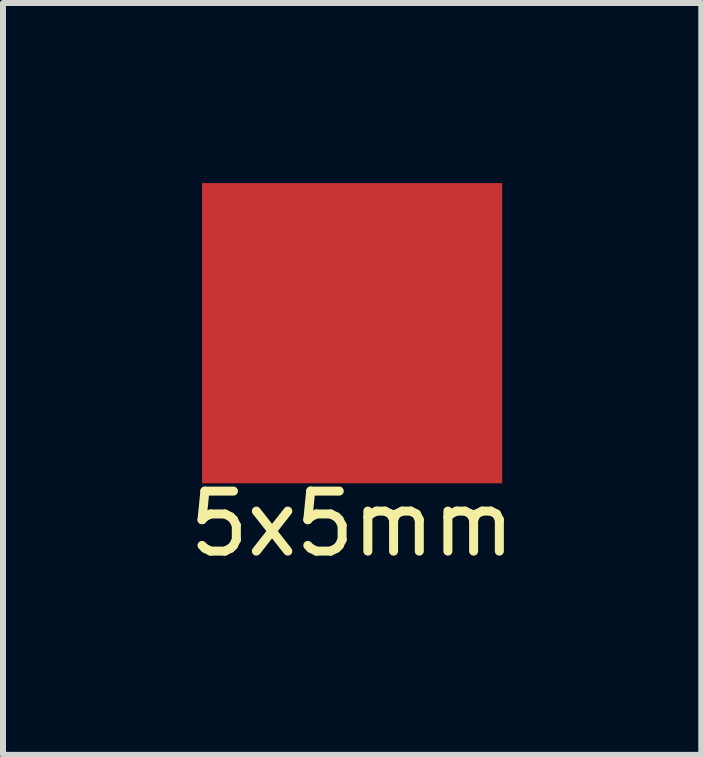
<source format=kicad_pcb>
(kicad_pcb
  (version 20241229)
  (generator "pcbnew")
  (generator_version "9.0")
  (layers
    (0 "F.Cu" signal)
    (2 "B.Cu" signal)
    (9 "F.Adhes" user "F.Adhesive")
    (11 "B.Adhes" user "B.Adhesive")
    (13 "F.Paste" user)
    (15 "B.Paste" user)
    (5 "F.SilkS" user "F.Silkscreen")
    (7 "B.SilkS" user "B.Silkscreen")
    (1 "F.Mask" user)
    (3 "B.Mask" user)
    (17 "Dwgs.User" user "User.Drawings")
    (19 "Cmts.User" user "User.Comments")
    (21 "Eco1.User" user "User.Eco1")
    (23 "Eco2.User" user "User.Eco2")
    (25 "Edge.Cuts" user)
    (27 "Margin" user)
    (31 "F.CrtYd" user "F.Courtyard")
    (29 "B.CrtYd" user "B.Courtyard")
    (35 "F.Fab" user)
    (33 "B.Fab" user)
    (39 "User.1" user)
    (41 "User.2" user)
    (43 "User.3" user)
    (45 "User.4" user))
  (footprint "5x5mm"
    (layer "F.Cu")
    (at 2.815 2.5)
    (property "Reference" "5x5mm" (at 0 3.175 0) (layer "F.SilkS") (effects (font (size 1 1) (thickness 0.15))))
    (attr through_hole)
    (pad "1" smd rect (at 0 0) (size 5 5) (layers "F.Cu" "F.Mask" "F.Paste")))
  (gr_rect
    (start -3 -3)
    (end 8.631 9.523)
    (stroke (width 0.1) (type default))
    (fill no)
    (layer "Edge.Cuts")))
</source>
